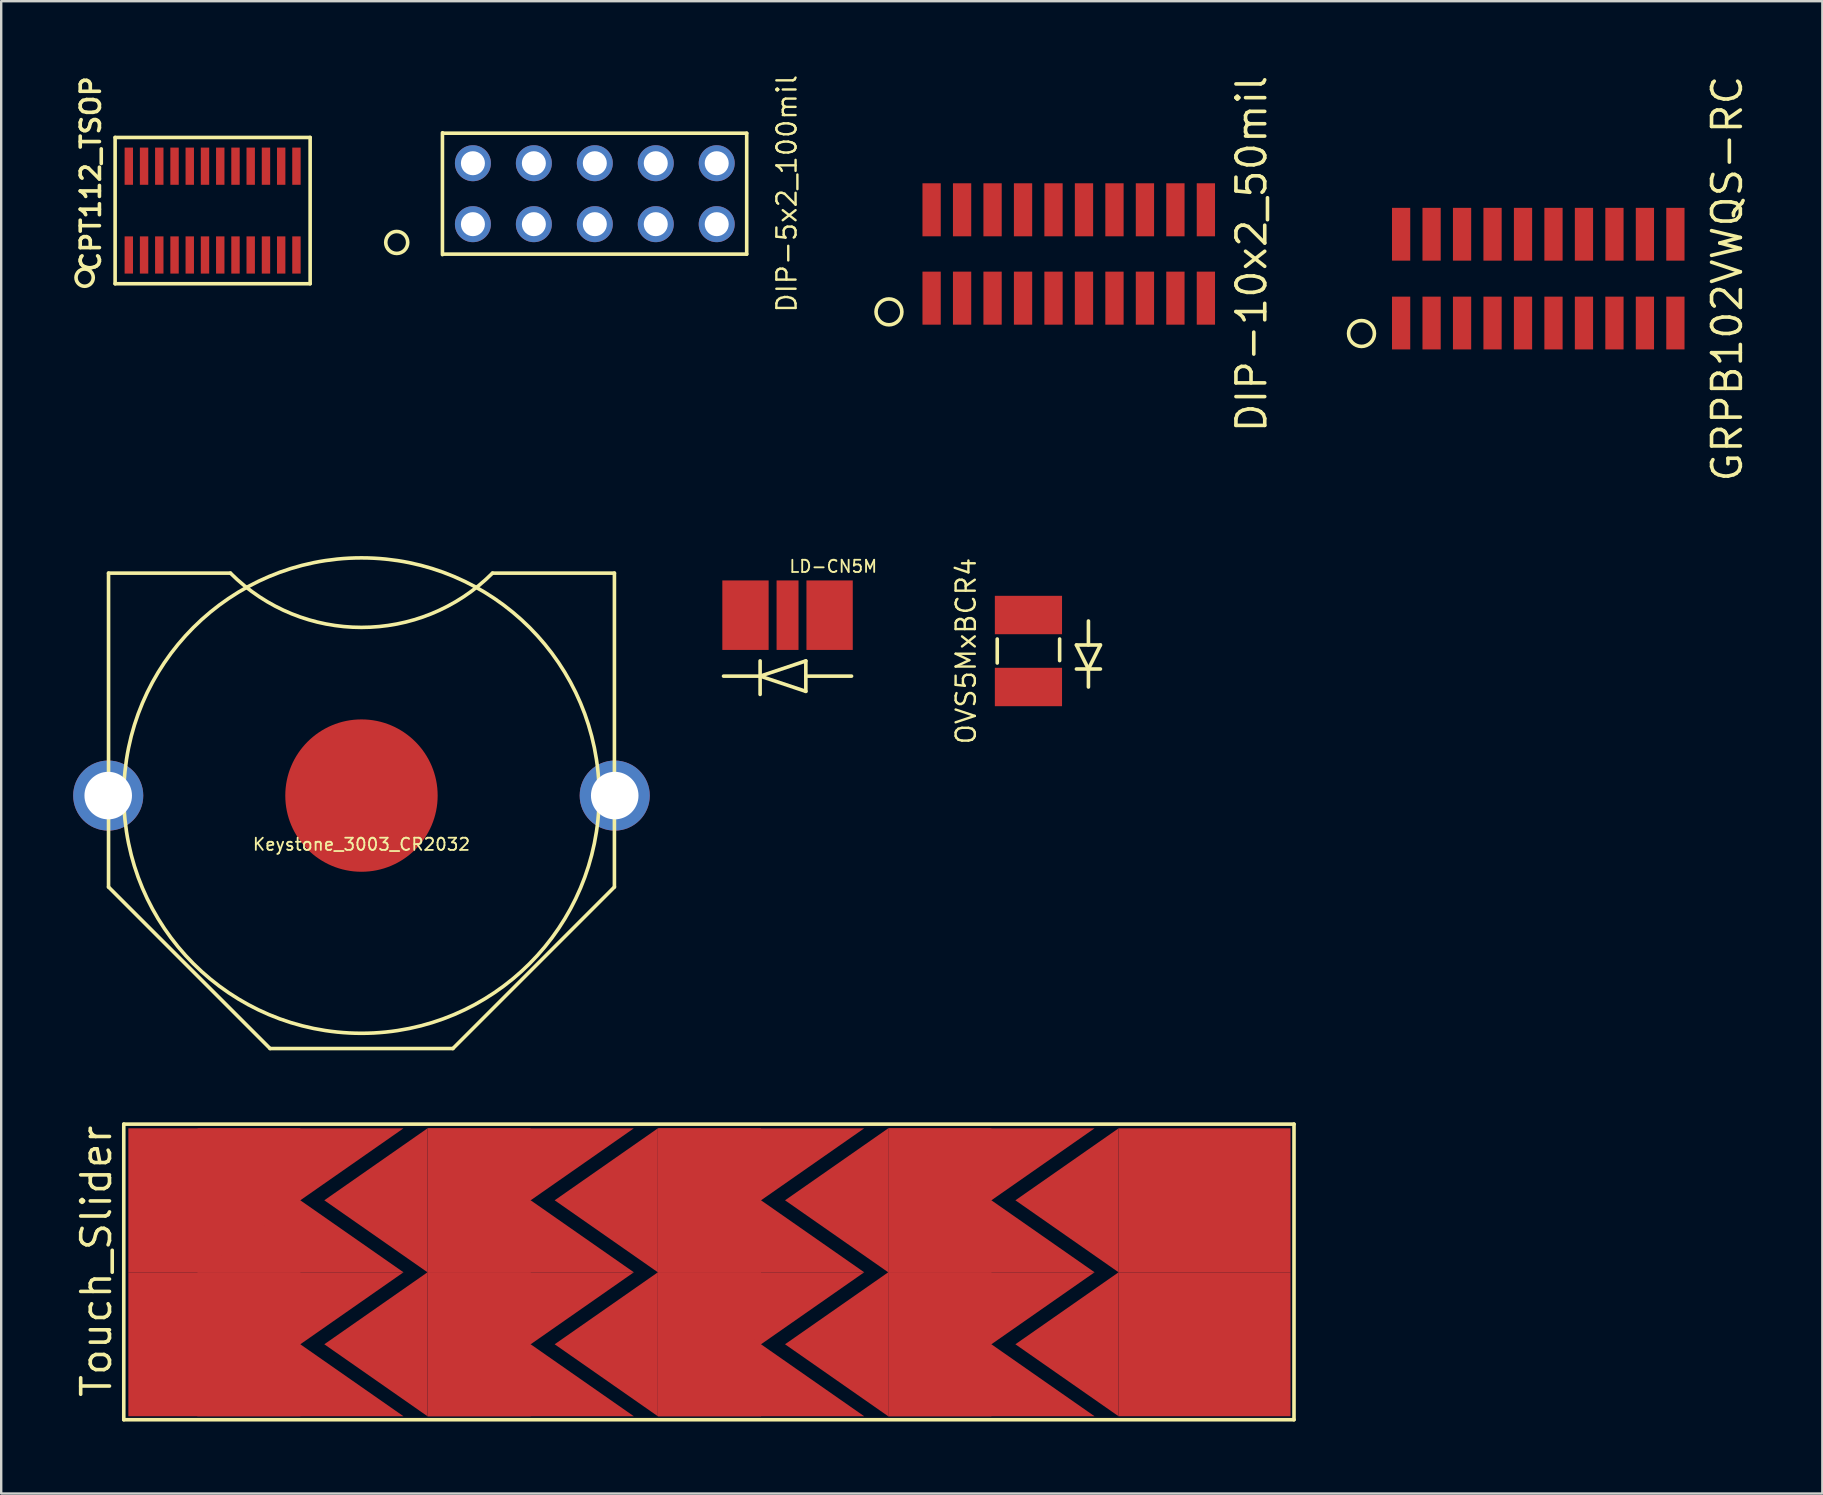
<source format=kicad_pcb>
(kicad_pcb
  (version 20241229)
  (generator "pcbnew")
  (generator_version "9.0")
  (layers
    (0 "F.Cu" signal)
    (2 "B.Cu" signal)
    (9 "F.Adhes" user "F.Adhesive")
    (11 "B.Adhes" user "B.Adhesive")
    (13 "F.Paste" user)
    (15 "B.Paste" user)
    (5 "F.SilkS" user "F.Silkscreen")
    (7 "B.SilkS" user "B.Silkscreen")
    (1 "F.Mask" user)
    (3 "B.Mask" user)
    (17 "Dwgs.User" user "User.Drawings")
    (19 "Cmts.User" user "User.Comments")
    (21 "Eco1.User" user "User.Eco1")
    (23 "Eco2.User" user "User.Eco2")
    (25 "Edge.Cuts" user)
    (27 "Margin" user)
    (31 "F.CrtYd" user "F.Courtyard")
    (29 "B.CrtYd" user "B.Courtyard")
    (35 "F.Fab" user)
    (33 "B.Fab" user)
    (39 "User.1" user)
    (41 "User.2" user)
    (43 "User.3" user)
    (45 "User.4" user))
  (footprint "OVS5MxBCR4"
    (layer "F.Cu")
    (at 39.809 24.08)
    (property "Reference" "OVS5MxBCR4" (at -2.6 0 90) (layer "F.SilkS") (effects (font (size 0.8 0.8) (thickness 0.1))))
    (attr through_hole)
    (fp_line (start -1.3 -0.5) (end -1.3 0.5) (stroke (width 0.15) (type solid)) (layer "F.SilkS"))
    (fp_line (start 1.3 -0.5) (end 1.3 0.4) (stroke (width 0.15) (type solid)) (layer "F.SilkS"))
    (fp_line (start 2 -0.25) (end 3 -0.25) (stroke (width 0.15) (type solid)) (layer "F.SilkS"))
    (fp_line (start 2 0.75) (end 3 0.75) (stroke (width 0.15) (type solid)) (layer "F.SilkS"))
    (fp_line (start 2.5 -0.25) (end 2.5 -1.25) (stroke (width 0.15) (type solid)) (layer "F.SilkS"))
    (fp_line (start 2.5 0.75) (end 2 -0.25) (stroke (width 0.15) (type solid)) (layer "F.SilkS"))
    (fp_line (start 2.5 0.75) (end 2.5 1.5) (stroke (width 0.15) (type solid)) (layer "F.SilkS"))
    (fp_line (start 3 -0.25) (end 2.5 0.75) (stroke (width 0.15) (type solid)) (layer "F.SilkS"))
    (pad "1" smd rect (at 0 1.5) (size 2.8 1.6) (layers "F.Cu" "F.Mask" "F.Paste"))
    (pad "2" smd rect (at 0 -1.5) (size 2.8 1.6) (layers "F.Cu" "F.Mask" "F.Paste")))
  (footprint "DIP-10x2_50mil"
    (layer "F.Cu")
    (at 41.489 7.534)
    (property "Reference" "DIP-10x2_50mil" (at 7.62 0 90) (layer "F.SilkS") (effects (font (size 1.2 1.2) (thickness 0.15))))
    (attr through_hole)
    (fp_circle (center -7.493 2.413) (end -7.874 2.032) (stroke (width 0.15) (type solid)) (fill no) (layer "F.SilkS"))
    (pad "1" smd rect (at -5.715 1.841) (size 0.762 2.21) (layers "F.Cu" "F.Mask" "F.Paste"))
    (pad "2" smd rect (at -4.445 1.841) (size 0.762 2.21) (layers "F.Cu" "F.Mask" "F.Paste"))
    (pad "3" smd rect (at -3.175 1.841) (size 0.762 2.21) (layers "F.Cu" "F.Mask" "F.Paste"))
    (pad "4" smd rect (at -1.905 1.841) (size 0.762 2.21) (layers "F.Cu" "F.Mask" "F.Paste"))
    (pad "5" smd rect (at -0.635 1.841) (size 0.762 2.21) (layers "F.Cu" "F.Mask" "F.Paste"))
    (pad "6" smd rect (at 0.635 1.841) (size 0.762 2.21) (layers "F.Cu" "F.Mask" "F.Paste"))
    (pad "7" smd rect (at 1.905 1.841) (size 0.762 2.21) (layers "F.Cu" "F.Mask" "F.Paste"))
    (pad "8" smd rect (at 3.175 1.841) (size 0.762 2.21) (layers "F.Cu" "F.Mask" "F.Paste"))
    (pad "9" smd rect (at 4.445 1.841) (size 0.762 2.21) (layers "F.Cu" "F.Mask" "F.Paste"))
    (pad "10" smd rect (at 5.715 1.841) (size 0.762 2.21) (layers "F.Cu" "F.Mask" "F.Paste"))
    (pad "11" smd rect (at 5.715 -1.841) (size 0.762 2.21) (layers "F.Cu" "F.Mask" "F.Paste"))
    (pad "12" smd rect (at 4.445 -1.841) (size 0.762 2.21) (layers "F.Cu" "F.Mask" "F.Paste"))
    (pad "13" smd rect (at 3.175 -1.841) (size 0.762 2.21) (layers "F.Cu" "F.Mask" "F.Paste"))
    (pad "14" smd rect (at 1.905 -1.841) (size 0.762 2.21) (layers "F.Cu" "F.Mask" "F.Paste"))
    (pad "15" smd rect (at 0.635 -1.841) (size 0.762 2.21) (layers "F.Cu" "F.Mask" "F.Paste"))
    (pad "16" smd rect (at -0.635 -1.841) (size 0.762 2.21) (layers "F.Cu" "F.Mask" "F.Paste"))
    (pad "17" smd rect (at -1.905 -1.841) (size 0.762 2.21) (layers "F.Cu" "F.Mask" "F.Paste"))
    (pad "18" smd rect (at -3.175 -1.841) (size 0.762 2.21) (layers "F.Cu" "F.Mask" "F.Paste"))
    (pad "19" smd rect (at -4.445 -1.841) (size 0.762 2.21) (layers "F.Cu" "F.Mask" "F.Paste"))
    (pad "20" smd rect (at -5.715 -1.841) (size 0.762 2.21) (layers "F.Cu" "F.Mask" "F.Paste")))
  (footprint "CPT112_TSOP"
    (layer "F.Cu")
    (at 5.811 5.726)
    (property "Reference" "CPT112_TSOP" (at -5.08 -1.524 90) (layer "F.SilkS") (effects (font (size 0.8 0.8) (thickness 0.15))))
    (attr through_hole)
    (fp_line (start -4.064 -3.048) (end 4.064 -3.048) (stroke (width 0.15) (type solid)) (layer "F.SilkS"))
    (fp_line (start -4.064 3.048) (end -4.064 -3.048) (stroke (width 0.15) (type solid)) (layer "F.SilkS"))
    (fp_line (start 4.064 -3.048) (end 4.064 3.048) (stroke (width 0.15) (type solid)) (layer "F.SilkS"))
    (fp_line (start 4.064 3.048) (end -4.064 3.048) (stroke (width 0.15) (type solid)) (layer "F.SilkS"))
    (fp_circle (center -5.334 2.794) (end -5.08 3.048) (stroke (width 0.15) (type solid)) (fill no) (layer "F.SilkS"))
    (pad "1" smd rect (at -3.493 1.85) (size 0.35 1.55) (layers "F.Cu" "F.Mask" "F.Paste"))
    (pad "2" smd rect (at -2.857 1.85) (size 0.35 1.55) (layers "F.Cu" "F.Mask" "F.Paste"))
    (pad "3" smd rect (at -2.223 1.85) (size 0.35 1.55) (layers "F.Cu" "F.Mask" "F.Paste"))
    (pad "4" smd rect (at -1.587 1.85) (size 0.35 1.55) (layers "F.Cu" "F.Mask" "F.Paste"))
    (pad "5" smd rect (at -0.953 1.85) (size 0.35 1.55) (layers "F.Cu" "F.Mask" "F.Paste"))
    (pad "6" smd rect (at -0.318 1.85) (size 0.35 1.55) (layers "F.Cu" "F.Mask" "F.Paste"))
    (pad "7" smd rect (at 0.318 1.85) (size 0.35 1.55) (layers "F.Cu" "F.Mask" "F.Paste"))
    (pad "8" smd rect (at 0.953 1.85) (size 0.35 1.55) (layers "F.Cu" "F.Mask" "F.Paste"))
    (pad "9" smd rect (at 1.587 1.85) (size 0.35 1.55) (layers "F.Cu" "F.Mask" "F.Paste"))
    (pad "10" smd rect (at 2.223 1.85) (size 0.35 1.55) (layers "F.Cu" "F.Mask" "F.Paste"))
    (pad "11" smd rect (at 2.857 1.85) (size 0.35 1.55) (layers "F.Cu" "F.Mask" "F.Paste"))
    (pad "12" smd rect (at 3.493 1.85) (size 0.35 1.55) (layers "F.Cu" "F.Mask" "F.Paste"))
    (pad "13" smd rect (at 3.493 -1.85) (size 0.35 1.55) (layers "F.Cu" "F.Mask" "F.Paste"))
    (pad "14" smd rect (at 2.857 -1.85) (size 0.35 1.55) (layers "F.Cu" "F.Mask" "F.Paste"))
    (pad "15" smd rect (at 2.223 -1.85) (size 0.35 1.55) (layers "F.Cu" "F.Mask" "F.Paste"))
    (pad "16" smd rect (at 1.587 -1.85) (size 0.35 1.55) (layers "F.Cu" "F.Mask" "F.Paste"))
    (pad "17" smd rect (at 0.953 -1.85) (size 0.35 1.55) (layers "F.Cu" "F.Mask" "F.Paste"))
    (pad "18" smd rect (at 0.318 -1.85) (size 0.35 1.55) (layers "F.Cu" "F.Mask" "F.Paste"))
    (pad "19" smd rect (at -0.318 -1.85) (size 0.35 1.55) (layers "F.Cu" "F.Mask" "F.Paste"))
    (pad "20" smd rect (at -0.953 -1.85) (size 0.35 1.55) (layers "F.Cu" "F.Mask" "F.Paste"))
    (pad "21" smd rect (at -1.587 -1.85) (size 0.35 1.55) (layers "F.Cu" "F.Mask" "F.Paste"))
    (pad "22" smd rect (at -2.223 -1.85) (size 0.35 1.55) (layers "F.Cu" "F.Mask" "F.Paste"))
    (pad "23" smd rect (at -2.857 -1.85) (size 0.35 1.55) (layers "F.Cu" "F.Mask" "F.Paste"))
    (pad "24" smd rect (at -3.493 -1.85) (size 0.35 1.55) (layers "F.Cu" "F.Mask" "F.Paste")))
  (footprint "GRPB102VWQS-RC"
    (layer "F.Cu")
    (at 61.055 8.562)
    (property "Reference" "GRPB102VWQS-RC" (at 7.874 0 90) (layer "F.SilkS") (effects (font (size 1.2 1.2) (thickness 0.15))))
    (attr through_hole)
    (fp_circle (center -7.366 2.286) (end -7.747 1.905) (stroke (width 0.15) (type solid)) (fill no) (layer "F.SilkS"))
    (pad "1" smd rect (at -5.715 1.85) (size 0.76 2.2) (layers "F.Cu" "F.Mask" "F.Paste"))
    (pad "2" smd rect (at -4.445 1.85) (size 0.76 2.2) (layers "F.Cu" "F.Mask" "F.Paste"))
    (pad "3" smd rect (at -3.175 1.85) (size 0.76 2.2) (layers "F.Cu" "F.Mask" "F.Paste"))
    (pad "4" smd rect (at -1.905 1.85) (size 0.76 2.2) (layers "F.Cu" "F.Mask" "F.Paste"))
    (pad "5" smd rect (at -0.635 1.85) (size 0.76 2.2) (layers "F.Cu" "F.Mask" "F.Paste"))
    (pad "6" smd rect (at 0.635 1.85) (size 0.76 2.2) (layers "F.Cu" "F.Mask" "F.Paste"))
    (pad "7" smd rect (at 1.905 1.85) (size 0.76 2.2) (layers "F.Cu" "F.Mask" "F.Paste"))
    (pad "8" smd rect (at 3.175 1.85) (size 0.76 2.2) (layers "F.Cu" "F.Mask" "F.Paste"))
    (pad "9" smd rect (at 4.445 1.85) (size 0.76 2.2) (layers "F.Cu" "F.Mask" "F.Paste"))
    (pad "10" smd rect (at 5.715 1.85) (size 0.76 2.2) (layers "F.Cu" "F.Mask" "F.Paste"))
    (pad "11" smd rect (at 5.715 -1.85) (size 0.76 2.2) (layers "F.Cu" "F.Mask" "F.Paste"))
    (pad "12" smd rect (at 4.445 -1.85) (size 0.76 2.2) (layers "F.Cu" "F.Mask" "F.Paste"))
    (pad "13" smd rect (at 3.175 -1.85) (size 0.76 2.2) (layers "F.Cu" "F.Mask" "F.Paste"))
    (pad "14" smd rect (at 1.905 -1.85) (size 0.76 2.2) (layers "F.Cu" "F.Mask" "F.Paste"))
    (pad "15" smd rect (at 0.635 -1.85) (size 0.76 2.2) (layers "F.Cu" "F.Mask" "F.Paste"))
    (pad "16" smd rect (at -0.635 -1.85) (size 0.76 2.2) (layers "F.Cu" "F.Mask" "F.Paste"))
    (pad "17" smd rect (at -1.905 -1.85) (size 0.76 2.2) (layers "F.Cu" "F.Mask" "F.Paste"))
    (pad "18" smd rect (at -3.175 -1.85) (size 0.76 2.2) (layers "F.Cu" "F.Mask" "F.Paste"))
    (pad "19" smd rect (at -4.445 -1.85) (size 0.76 2.2) (layers "F.Cu" "F.Mask" "F.Paste"))
    (pad "20" smd rect (at -5.715 -1.85) (size 0.76 2.2) (layers "F.Cu" "F.Mask" "F.Paste")))
  (footprint "DIP-5x2_100mil"
    (layer "F.Cu")
    (at 21.738 5.022)
    (property "Reference" "DIP-5x2_100mil" (at 8.001 0 90) (layer "F.SilkS") (effects (font (size 0.8 0.8) (thickness 0.1))))
    (attr through_hole)
    (fp_line (start -6.35 -2.54) (end -6.35 2.54) (stroke (width 0.15) (type solid)) (layer "F.SilkS"))
    (fp_line (start -6.33 2.52) (end 6.33 2.52) (stroke (width 0.15) (type solid)) (layer "F.SilkS"))
    (fp_line (start 6.33 -2.52) (end -6.33 -2.52) (stroke (width 0.15) (type solid)) (layer "F.SilkS"))
    (fp_line (start 6.33 2.52) (end 6.33 -2.52) (stroke (width 0.15) (type solid)) (layer "F.SilkS"))
    (fp_circle (center -8.255 2.032) (end -8.001 2.413) (stroke (width 0.15) (type solid)) (fill no) (layer "F.SilkS"))
    (pad "1" thru_hole circle (at -5.08 1.27) (size 1.5 1.5) (drill 1) (layers "*.Cu" "*.Mask"))
    (pad "2" thru_hole circle (at -2.54 1.27) (size 1.5 1.5) (drill 1) (layers "*.Cu" "*.Mask"))
    (pad "3" thru_hole circle (at 0 1.27) (size 1.5 1.5) (drill 1) (layers "*.Cu" "*.Mask"))
    (pad "4" thru_hole circle (at 2.54 1.27) (size 1.5 1.5) (drill 1) (layers "*.Cu" "*.Mask"))
    (pad "5" thru_hole circle (at 5.08 1.27) (size 1.5 1.5) (drill 1) (layers "*.Cu" "*.Mask"))
    (pad "6" thru_hole circle (at 5.08 -1.27) (size 1.5 1.5) (drill 1) (layers "*.Cu" "*.Mask"))
    (pad "7" thru_hole circle (at 2.54 -1.27) (size 1.5 1.5) (drill 1) (layers "*.Cu" "*.Mask"))
    (pad "8" thru_hole circle (at 0 -1.27) (size 1.5 1.5) (drill 1) (layers "*.Cu" "*.Mask"))
    (pad "9" thru_hole circle (at -2.54 -1.27) (size 1.5 1.5) (drill 1) (layers "*.Cu" "*.Mask"))
    (pad "10" thru_hole circle (at -5.08 -1.27) (size 1.5 1.5) (drill 1) (layers "*.Cu" "*.Mask")))
  (footprint "Keystone_3003_CR2032"
    (layer "F.Cu")
    (at 12.014 30.105)
    (property "Reference" "Keystone_3003_CR2032" (at 0 2.032 0) (layer "F.SilkS") (effects (font (size 0.508 0.508) (thickness 0.076))))
    (attr through_hole)
    (fp_line (start -10.541 -9.271) (end -10.541 3.81) (stroke (width 0.15) (type solid)) (layer "F.SilkS"))
    (fp_line (start -10.541 -9.271) (end -5.461 -9.271) (stroke (width 0.15) (type solid)) (layer "F.SilkS"))
    (fp_line (start -3.81 10.541) (end -10.541 3.81) (stroke (width 0.15) (type solid)) (layer "F.SilkS"))
    (fp_line (start -3.81 10.541) (end 3.81 10.541) (stroke (width 0.15) (type solid)) (layer "F.SilkS"))
    (fp_line (start 3.81 10.541) (end 10.541 3.81) (stroke (width 0.15) (type solid)) (layer "F.SilkS"))
    (fp_line (start 10.541 -9.271) (end 5.461 -9.271) (stroke (width 0.15) (type solid)) (layer "F.SilkS"))
    (fp_line (start 10.541 3.81) (end 10.541 -9.271) (stroke (width 0.15) (type solid)) (layer "F.SilkS"))
    (fp_arc (start 5.461 -9.271) (mid 0 -7.00898) (end -5.461 -9.271) (stroke (width 0.15) (type solid)) (layer "F.SilkS"))
    (fp_circle (center 0 0) (end 9.906 0) (stroke (width 0.15) (type solid)) (fill no) (layer "F.SilkS"))
    (pad "1" connect circle (at 0 0) (size 6.35 6.35) (layers "F.Cu" "F.Mask"))
    (pad "2" thru_hole circle (at -10.554 0) (size 2.921 2.921) (drill 1.981) (layers "*.Cu" "*.Mask"))
    (pad "2" thru_hole circle (at 10.554 0) (size 2.921 2.921) (drill 1.981) (layers "*.Cu" "*.Mask")))
  (footprint "LD-CN5M"
    (layer "F.Cu")
    (at 29.77 22.587)
    (property "Reference" "LD-CN5M" (at 1.905 -2.032 0) (layer "F.SilkS") (effects (font (size 0.508 0.508) (thickness 0.076))))
    (attr through_hole)
    (fp_line (start -1.143 1.905) (end -1.143 3.302) (stroke (width 0.15) (type solid)) (layer "F.SilkS"))
    (fp_line (start -1.143 2.54) (end -2.667 2.54) (stroke (width 0.15) (type solid)) (layer "F.SilkS"))
    (fp_line (start -1.143 2.54) (end 0.762 1.905) (stroke (width 0.15) (type solid)) (layer "F.SilkS"))
    (fp_line (start 0.762 1.905) (end 0.762 3.175) (stroke (width 0.15) (type solid)) (layer "F.SilkS"))
    (fp_line (start 0.762 2.54) (end 2.667 2.54) (stroke (width 0.15) (type solid)) (layer "F.SilkS"))
    (fp_line (start 0.762 3.175) (end -1.143 2.54) (stroke (width 0.15) (type solid)) (layer "F.SilkS"))
    (pad "" smd rect (at 0 0) (size 0.914 2.896) (layers "F.Cu" "F.Mask" "F.Paste"))
    (pad "1" smd rect (at -1.753 0) (size 1.93 2.896) (layers "F.Cu" "F.Mask" "F.Paste"))
    (pad "2" smd rect (at 1.753 0) (size 1.93 2.896) (layers "F.Cu" "F.Mask" "F.Paste")))
  (footprint "Touch_Slider"
    (layer "F.Cu")
    (at 7.315 46.971)
    (property "Reference" "Touch_Slider" (at -6.35 2.54 90) (layer "F.SilkS") (effects (font (size 1.2 1.2) (thickness 0.15))))
    (attr through_hole)
    (fp_line (start -5.207 -3.175) (end -5.207 9.144) (stroke (width 0.15) (type solid)) (layer "F.SilkS"))
    (fp_line (start -5.207 9.144) (end 43.561 9.144) (stroke (width 0.15) (type solid)) (layer "F.SilkS"))
    (fp_line (start 43.561 -3.175) (end -5.207 -3.175) (stroke (width 0.15) (type solid)) (layer "F.SilkS"))
    (fp_line (start 43.561 9.144) (end 43.561 -3.175) (stroke (width 0.15) (type solid)) (layer "F.SilkS"))
    (pad "1" smd rect (at -1.433 0) (size 7.167 6) (layers "F.Cu" "F.Mask"))
    (pad "1" smd rect (at -1.433 6) (size 7.167 6) (layers "F.Cu" "F.Mask"))
    (pad "1" smd trapezoid (at 2.15 -1.5) (size 4.3 3) (rect_delta 0 -4.3) (layers "F.Cu" "F.Mask"))
    (pad "1" smd trapezoid (at 2.15 1.5) (size 4.3 3) (rect_delta 0 4.3) (layers "F.Cu" "F.Mask"))
    (pad "1" smd trapezoid (at 2.15 4.5) (size 4.3 3) (rect_delta 0 -4.3) (layers "F.Cu" "F.Mask"))
    (pad "1" smd trapezoid (at 2.15 7.5) (size 4.3 3) (rect_delta 0 4.3) (layers "F.Cu" "F.Mask"))
    (pad "2" smd trapezoid (at 5.3 0) (size 4.3 3) (rect_delta -3 0) (layers "F.Cu" "F.Mask"))
    (pad "2" smd trapezoid (at 5.3 6) (size 4.3 3) (rect_delta -3 0) (layers "F.Cu" "F.Mask"))
    (pad "2" smd rect (at 9.6 0) (size 4.3 6) (layers "F.Cu" "F.Mask"))
    (pad "2" smd rect (at 9.6 6) (size 4.3 6) (layers "F.Cu" "F.Mask"))
    (pad "2" smd trapezoid (at 11.75 -1.5) (size 4.3 3) (rect_delta 0 -4.3) (layers "F.Cu" "F.Mask"))
    (pad "2" smd trapezoid (at 11.75 1.5) (size 4.3 3) (rect_delta 0 4.3) (layers "F.Cu" "F.Mask"))
    (pad "2" smd trapezoid (at 11.75 4.5) (size 4.3 3) (rect_delta 0 -4.3) (layers "F.Cu" "F.Mask"))
    (pad "2" smd trapezoid (at 11.75 7.5) (size 4.3 3) (rect_delta 0 4.3) (layers "F.Cu" "F.Mask"))
    (pad "3" smd trapezoid (at 14.9 0) (size 4.3 3) (rect_delta -3 0) (layers "F.Cu" "F.Mask"))
    (pad "3" smd trapezoid (at 14.9 6) (size 4.3 3) (rect_delta -3 0) (layers "F.Cu" "F.Mask"))
    (pad "3" smd rect (at 19.2 0) (size 4.3 6) (layers "F.Cu" "F.Mask"))
    (pad "3" smd rect (at 19.2 6) (size 4.3 6) (layers "F.Cu" "F.Mask"))
    (pad "3" smd trapezoid (at 21.35 -1.5) (size 4.3 3) (rect_delta 0 -4.3) (layers "F.Cu" "F.Mask"))
    (pad "3" smd trapezoid (at 21.35 1.5) (size 4.3 3) (rect_delta 0 4.3) (layers "F.Cu" "F.Mask"))
    (pad "3" smd trapezoid (at 21.35 4.5) (size 4.3 3) (rect_delta 0 -4.3) (layers "F.Cu" "F.Mask"))
    (pad "3" smd trapezoid (at 21.35 7.5) (size 4.3 3) (rect_delta 0 4.3) (layers "F.Cu" "F.Mask"))
    (pad "4" smd trapezoid (at 24.5 0) (size 4.3 3) (rect_delta -3 0) (layers "F.Cu" "F.Mask"))
    (pad "4" smd trapezoid (at 24.5 6) (size 4.3 3) (rect_delta -3 0) (layers "F.Cu" "F.Mask"))
    (pad "4" smd rect (at 28.8 0) (size 4.3 6) (layers "F.Cu" "F.Mask"))
    (pad "4" smd rect (at 28.8 6) (size 4.3 6) (layers "F.Cu" "F.Mask"))
    (pad "4" smd trapezoid (at 30.95 -1.5) (size 4.3 3) (rect_delta 0 -4.3) (layers "F.Cu" "F.Mask"))
    (pad "4" smd trapezoid (at 30.95 1.5) (size 4.3 3) (rect_delta 0 4.3) (layers "F.Cu" "F.Mask"))
    (pad "4" smd trapezoid (at 30.95 4.5) (size 4.3 3) (rect_delta 0 -4.3) (layers "F.Cu" "F.Mask"))
    (pad "4" smd trapezoid (at 30.95 7.5) (size 4.3 3) (rect_delta 0 4.3) (layers "F.Cu" "F.Mask"))
    (pad "5" smd trapezoid (at 34.1 0) (size 4.3 3) (rect_delta -3 0) (layers "F.Cu" "F.Mask"))
    (pad "5" smd trapezoid (at 34.1 6) (size 4.3 3) (rect_delta -3 0) (layers "F.Cu" "F.Mask"))
    (pad "5" smd rect (at 39.833 0) (size 7.167 6) (layers "F.Cu" "F.Mask"))
    (pad "5" smd rect (at 39.833 6) (size 7.167 6) (layers "F.Cu" "F.Mask")))
  (gr_rect
    (start -3 -3)
    (end 72.894 59.19)
    (stroke (width 0.1) (type default))
    (fill no)
    (layer "Edge.Cuts")))
</source>
